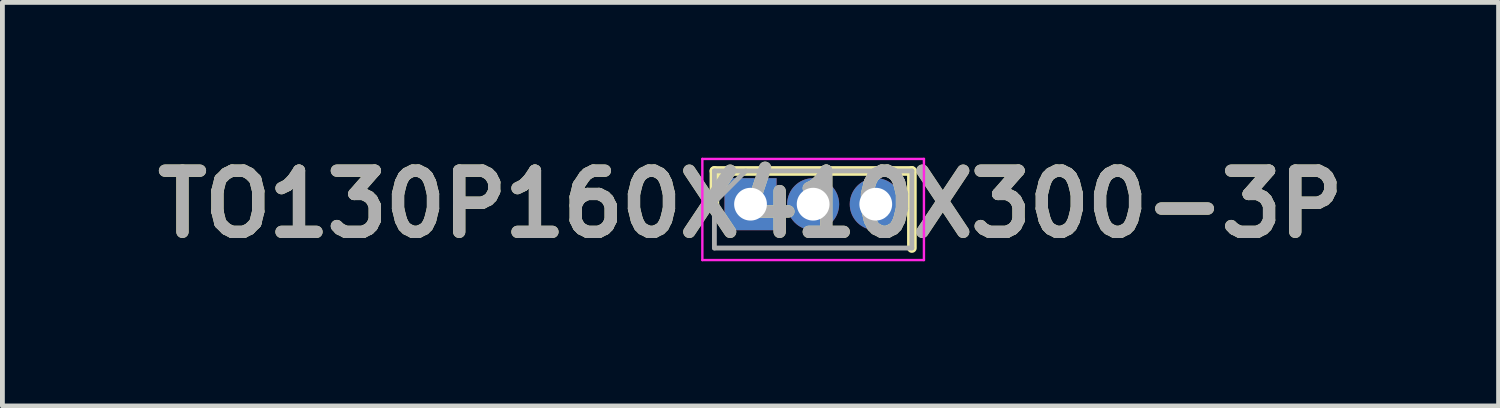
<source format=kicad_pcb>
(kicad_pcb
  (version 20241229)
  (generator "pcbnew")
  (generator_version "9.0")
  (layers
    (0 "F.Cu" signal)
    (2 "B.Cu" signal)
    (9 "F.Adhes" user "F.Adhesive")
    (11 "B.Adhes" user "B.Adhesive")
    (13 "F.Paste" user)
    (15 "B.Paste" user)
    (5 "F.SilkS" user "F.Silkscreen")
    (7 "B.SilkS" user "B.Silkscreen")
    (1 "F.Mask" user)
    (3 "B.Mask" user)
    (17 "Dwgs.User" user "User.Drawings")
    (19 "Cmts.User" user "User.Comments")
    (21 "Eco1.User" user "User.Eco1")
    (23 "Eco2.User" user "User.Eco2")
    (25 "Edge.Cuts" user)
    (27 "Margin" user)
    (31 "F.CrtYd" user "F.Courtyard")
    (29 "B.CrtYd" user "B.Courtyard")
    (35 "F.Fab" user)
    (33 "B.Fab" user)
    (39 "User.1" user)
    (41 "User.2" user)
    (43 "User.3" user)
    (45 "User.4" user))
  (footprint "TO130P160X410X300-3P"
    (layer "F.Cu")
    (at 12.531 1.189)
    (property "Reference" "TO130P160X410X300-3P" (at 0 0 0) (layer "F.SilkS") (effects (font (size 1.27 1.27) (thickness 0.254))))
    (attr through_hole)
    (fp_line (start -0.75 -0.69) (end -0.75 0) (stroke (width 0.2) (type solid)) (layer "F.SilkS"))
    (fp_line (start 3.35 -0.69) (end -0.75 -0.69) (stroke (width 0.2) (type solid)) (layer "F.SilkS"))
    (fp_line (start 3.35 0.91) (end 3.35 -0.69) (stroke (width 0.2) (type solid)) (layer "F.SilkS"))
    (fp_line (start -1 -0.94) (end 3.6 -0.94) (stroke (width 0.05) (type solid)) (layer "F.CrtYd"))
    (fp_line (start -1 1.16) (end -1 -0.94) (stroke (width 0.05) (type solid)) (layer "F.CrtYd"))
    (fp_line (start 3.6 -0.94) (end 3.6 1.16) (stroke (width 0.05) (type solid)) (layer "F.CrtYd"))
    (fp_line (start 3.6 1.16) (end -1 1.16) (stroke (width 0.05) (type solid)) (layer "F.CrtYd"))
    (fp_line (start -0.75 -0.69) (end 3.35 -0.69) (stroke (width 0.1) (type solid)) (layer "F.Fab"))
    (fp_line (start -0.75 -0.04) (end -0.1 -0.69) (stroke (width 0.1) (type solid)) (layer "F.Fab"))
    (fp_line (start -0.75 0.91) (end -0.75 -0.69) (stroke (width 0.1) (type solid)) (layer "F.Fab"))
    (fp_line (start 3.35 -0.69) (end 3.35 0.91) (stroke (width 0.1) (type solid)) (layer "F.Fab"))
    (fp_line (start 3.35 0.91) (end -0.75 0.91) (stroke (width 0.1) (type solid)) (layer "F.Fab"))
    (fp_text user "${REFERENCE}" (at 0 0 0) (layer "F.Fab") (effects (font (size 1.27 1.27) (thickness 0.254))))
    (pad "1" thru_hole rect (at 0 0) (size 1.08 1.08) (drill 0.68) (layers "*.Cu" "*.Mask"))
    (pad "2" thru_hole circle (at 1.3 0) (size 1.08 1.08) (drill 0.68) (layers "*.Cu" "*.Mask"))
    (pad "3" thru_hole circle (at 2.6 0) (size 1.08 1.08) (drill 0.68) (layers "*.Cu" "*.Mask")))
  (gr_rect
    (start -3 -3)
    (end 28.061 5.377)
    (stroke (width 0.1) (type default))
    (fill no)
    (layer "Edge.Cuts")))
</source>
